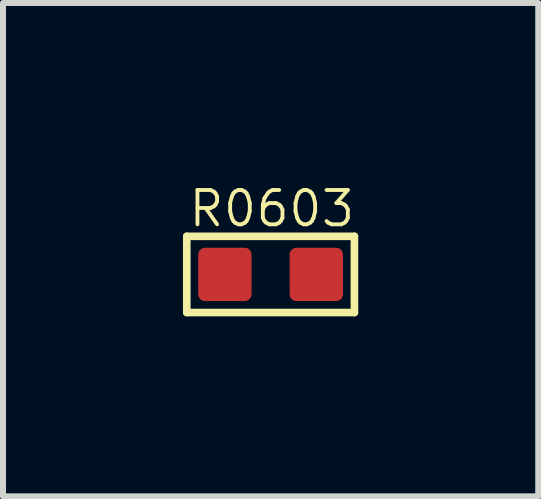
<source format=kicad_pcb>
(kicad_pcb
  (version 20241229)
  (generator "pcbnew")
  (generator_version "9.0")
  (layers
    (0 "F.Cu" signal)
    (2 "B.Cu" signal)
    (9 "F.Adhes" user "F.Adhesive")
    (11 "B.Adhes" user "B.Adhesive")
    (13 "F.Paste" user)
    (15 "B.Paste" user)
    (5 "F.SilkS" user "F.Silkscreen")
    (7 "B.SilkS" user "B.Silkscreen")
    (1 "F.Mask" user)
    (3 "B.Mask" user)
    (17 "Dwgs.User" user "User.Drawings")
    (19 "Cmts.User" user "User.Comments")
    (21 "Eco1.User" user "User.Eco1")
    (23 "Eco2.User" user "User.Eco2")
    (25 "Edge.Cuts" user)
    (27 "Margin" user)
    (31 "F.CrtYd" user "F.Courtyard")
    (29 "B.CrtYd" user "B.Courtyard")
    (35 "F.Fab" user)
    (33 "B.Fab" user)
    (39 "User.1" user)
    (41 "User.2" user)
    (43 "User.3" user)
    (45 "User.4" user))
  (footprint "R0603"
    (layer "F.Cu")
    (at 1.46 1.524)
    (property "Reference" "R0603" (at -1.397 -0.762 0) (layer "F.SilkS") (effects (font (size 0.572 0.572) (thickness 0.064)) (justify left bottom)))
    (fp_line (start -1.397 -0.635) (end 1.397 -0.635) (stroke (width 0.127) (type solid)) (layer "F.SilkS"))
    (fp_line (start -1.397 0.635) (end -1.397 -0.635) (stroke (width 0.127) (type solid)) (layer "F.SilkS"))
    (fp_line (start 1.397 -0.635) (end 1.397 0.635) (stroke (width 0.127) (type solid)) (layer "F.SilkS"))
    (fp_line (start 1.397 0.635) (end -1.397 0.635) (stroke (width 0.127) (type solid)) (layer "F.SilkS"))
    (pad "1" smd roundrect (at -0.762 0) (size 0.889 0.889) (layers "F.Cu" "F.Mask" "F.Paste") (roundrect_rratio 0.125))
    (pad "2" smd roundrect (at 0.762 0) (size 0.889 0.889) (layers "F.Cu" "F.Mask" "F.Paste") (roundrect_rratio 0.125)))
  (gr_rect
    (start -3 -3)
    (end 5.921 5.223)
    (stroke (width 0.1) (type default))
    (fill no)
    (layer "Edge.Cuts")))
</source>
